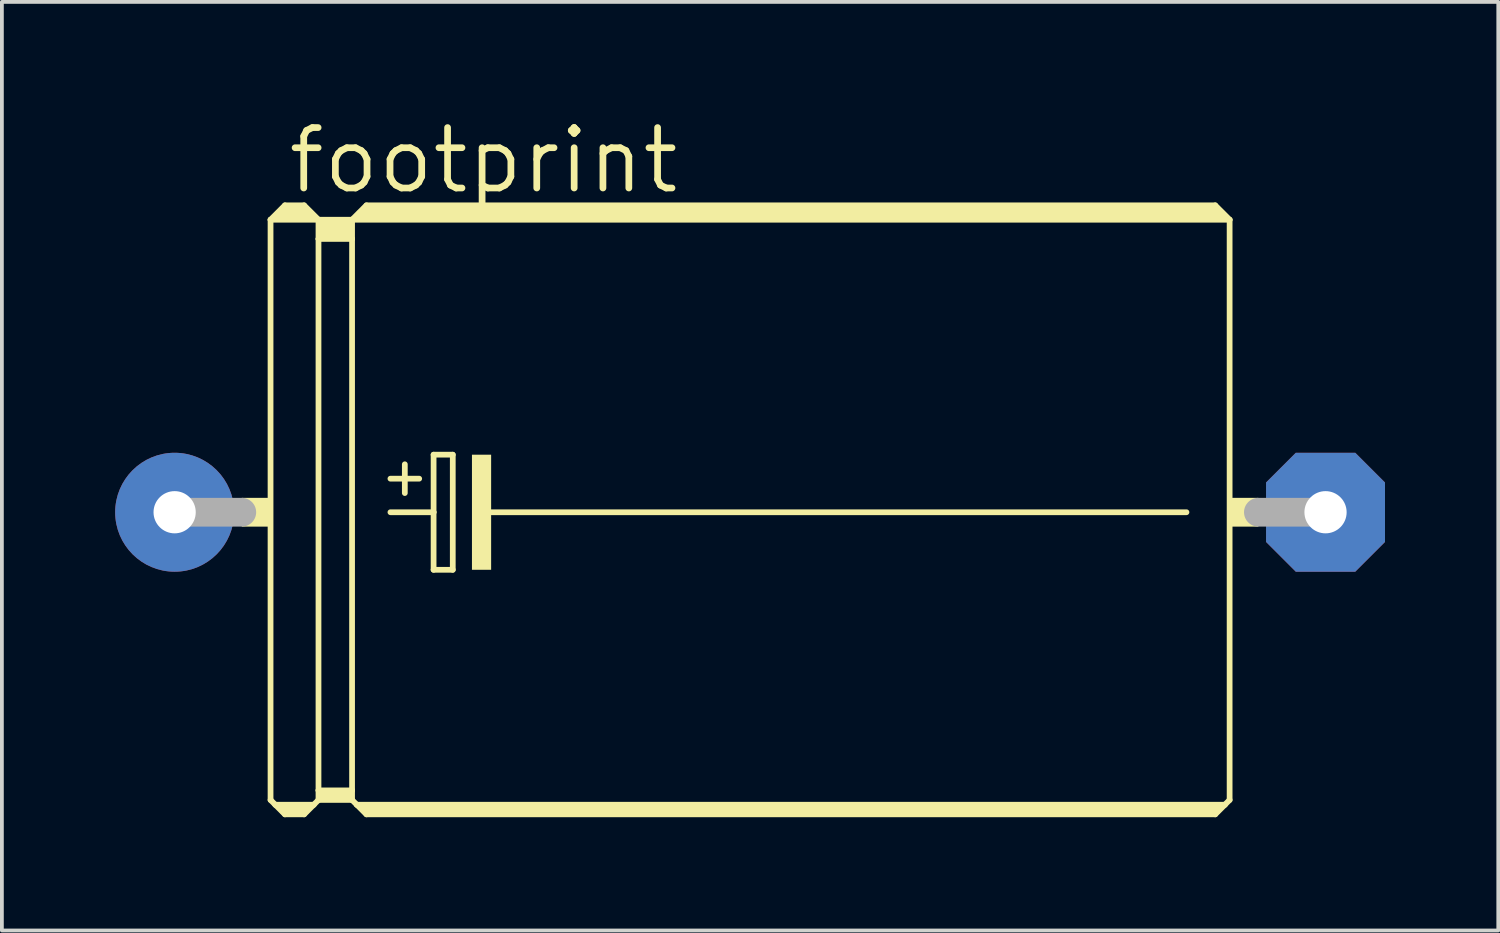
<source format=kicad_pcb>
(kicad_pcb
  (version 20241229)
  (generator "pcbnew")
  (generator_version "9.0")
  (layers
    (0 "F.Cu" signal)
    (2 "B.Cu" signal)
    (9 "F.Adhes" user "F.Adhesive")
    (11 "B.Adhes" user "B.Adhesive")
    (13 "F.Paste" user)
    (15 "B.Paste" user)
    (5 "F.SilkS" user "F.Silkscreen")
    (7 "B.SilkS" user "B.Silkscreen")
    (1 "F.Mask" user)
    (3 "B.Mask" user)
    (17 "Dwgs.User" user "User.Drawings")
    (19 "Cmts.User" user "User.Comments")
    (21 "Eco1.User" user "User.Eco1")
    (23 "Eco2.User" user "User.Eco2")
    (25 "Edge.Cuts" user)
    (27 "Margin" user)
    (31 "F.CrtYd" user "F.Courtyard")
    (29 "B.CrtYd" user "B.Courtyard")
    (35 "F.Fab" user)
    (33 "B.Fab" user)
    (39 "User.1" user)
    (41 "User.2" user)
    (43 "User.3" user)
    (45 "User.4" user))
  (footprint "footprint"
    (layer "F.Cu")
    (at 16.815 10.516)
    (property "Reference" "footprint" (at -12.319 -8.382 0) (layer "F.SilkS") (effects (font (size 1.6 1.6) (thickness 0.178)) (justify left bottom)))
    (fp_line (start -12.7 -7.747) (end -12.7 7.62) (stroke (width 0.152) (type solid)) (layer "F.SilkS"))
    (fp_line (start -12.7 -7.747) (end -12.319 -8.128) (stroke (width 0.152) (type solid)) (layer "F.SilkS"))
    (fp_line (start -12.7 -7.747) (end -11.43 -7.747) (stroke (width 0.152) (type solid)) (layer "F.SilkS"))
    (fp_line (start -12.7 7.62) (end -12.573 7.747) (stroke (width 0.152) (type solid)) (layer "F.SilkS"))
    (fp_line (start -12.573 7.747) (end -12.319 8.001) (stroke (width 0.152) (type solid)) (layer "F.SilkS"))
    (fp_line (start -12.573 7.747) (end -11.557 7.747) (stroke (width 0.152) (type solid)) (layer "F.SilkS"))
    (fp_line (start -12.446 -7.874) (end -11.684 -7.874) (stroke (width 0.305) (type solid)) (layer "F.SilkS"))
    (fp_line (start -12.319 -8.128) (end -11.811 -8.128) (stroke (width 0.152) (type solid)) (layer "F.SilkS"))
    (fp_line (start -12.319 -8.001) (end -11.811 -8.001) (stroke (width 0.305) (type solid)) (layer "F.SilkS"))
    (fp_line (start -12.319 7.874) (end -11.811 7.874) (stroke (width 0.305) (type solid)) (layer "F.SilkS"))
    (fp_line (start -12.319 8.001) (end -11.811 8.001) (stroke (width 0.152) (type solid)) (layer "F.SilkS"))
    (fp_line (start -11.557 7.747) (end -11.811 8.001) (stroke (width 0.152) (type solid)) (layer "F.SilkS"))
    (fp_line (start -11.43 -7.747) (end -11.811 -8.128) (stroke (width 0.152) (type solid)) (layer "F.SilkS"))
    (fp_line (start -11.43 -7.747) (end -11.43 -7.239) (stroke (width 0.152) (type solid)) (layer "F.SilkS"))
    (fp_line (start -11.43 -7.747) (end -10.541 -7.747) (stroke (width 0.152) (type solid)) (layer "F.SilkS"))
    (fp_line (start -11.43 -7.239) (end -11.43 7.366) (stroke (width 0.152) (type solid)) (layer "F.SilkS"))
    (fp_line (start -11.43 -7.239) (end -10.541 -7.239) (stroke (width 0.152) (type solid)) (layer "F.SilkS"))
    (fp_line (start -11.43 7.366) (end -11.43 7.62) (stroke (width 0.152) (type solid)) (layer "F.SilkS"))
    (fp_line (start -11.43 7.366) (end -10.541 7.366) (stroke (width 0.152) (type solid)) (layer "F.SilkS"))
    (fp_line (start -11.43 7.62) (end -11.557 7.747) (stroke (width 0.152) (type solid)) (layer "F.SilkS"))
    (fp_line (start -11.43 7.62) (end -10.541 7.62) (stroke (width 0.152) (type solid)) (layer "F.SilkS"))
    (fp_line (start -11.303 -7.62) (end -10.668 -7.62) (stroke (width 0.305) (type solid)) (layer "F.SilkS"))
    (fp_line (start -11.303 -7.366) (end -10.668 -7.366) (stroke (width 0.305) (type solid)) (layer "F.SilkS"))
    (fp_line (start -11.303 7.493) (end -10.668 7.493) (stroke (width 0.305) (type solid)) (layer "F.SilkS"))
    (fp_line (start -10.541 -7.747) (end -10.541 -7.239) (stroke (width 0.152) (type solid)) (layer "F.SilkS"))
    (fp_line (start -10.541 -7.747) (end -10.16 -8.128) (stroke (width 0.152) (type solid)) (layer "F.SilkS"))
    (fp_line (start -10.541 -7.747) (end 12.7 -7.747) (stroke (width 0.152) (type solid)) (layer "F.SilkS"))
    (fp_line (start -10.541 -7.239) (end -10.541 7.366) (stroke (width 0.152) (type solid)) (layer "F.SilkS"))
    (fp_line (start -10.541 7.366) (end -10.541 7.62) (stroke (width 0.152) (type solid)) (layer "F.SilkS"))
    (fp_line (start -10.414 7.747) (end -10.541 7.62) (stroke (width 0.152) (type solid)) (layer "F.SilkS"))
    (fp_line (start -10.414 7.747) (end 12.573 7.747) (stroke (width 0.152) (type solid)) (layer "F.SilkS"))
    (fp_line (start -10.287 -7.874) (end 12.446 -7.874) (stroke (width 0.305) (type solid)) (layer "F.SilkS"))
    (fp_line (start -10.16 -8.001) (end 12.319 -8.001) (stroke (width 0.305) (type solid)) (layer "F.SilkS"))
    (fp_line (start -10.16 7.874) (end 12.319 7.874) (stroke (width 0.305) (type solid)) (layer "F.SilkS"))
    (fp_line (start -10.16 8.001) (end -10.414 7.747) (stroke (width 0.152) (type solid)) (layer "F.SilkS"))
    (fp_line (start -9.525 -0.889) (end -8.763 -0.889) (stroke (width 0.152) (type solid)) (layer "F.SilkS"))
    (fp_line (start -9.525 0) (end -8.382 0) (stroke (width 0.152) (type solid)) (layer "F.SilkS"))
    (fp_line (start -9.144 -1.27) (end -9.144 -0.508) (stroke (width 0.152) (type solid)) (layer "F.SilkS"))
    (fp_line (start -8.382 -1.524) (end -8.382 0) (stroke (width 0.152) (type solid)) (layer "F.SilkS"))
    (fp_line (start -8.382 0) (end -8.382 1.524) (stroke (width 0.152) (type solid)) (layer "F.SilkS"))
    (fp_line (start -8.382 1.524) (end -7.874 1.524) (stroke (width 0.152) (type solid)) (layer "F.SilkS"))
    (fp_line (start -7.874 -1.524) (end -8.382 -1.524) (stroke (width 0.152) (type solid)) (layer "F.SilkS"))
    (fp_line (start -7.874 1.524) (end -7.874 -1.524) (stroke (width 0.152) (type solid)) (layer "F.SilkS"))
    (fp_line (start -6.985 0) (end 11.557 0) (stroke (width 0.152) (type solid)) (layer "F.SilkS"))
    (fp_line (start 12.319 -8.128) (end -10.16 -8.128) (stroke (width 0.152) (type solid)) (layer "F.SilkS"))
    (fp_line (start 12.319 8.001) (end -10.16 8.001) (stroke (width 0.152) (type solid)) (layer "F.SilkS"))
    (fp_line (start 12.573 7.747) (end 12.319 8.001) (stroke (width 0.152) (type solid)) (layer "F.SilkS"))
    (fp_line (start 12.7 -7.747) (end 12.319 -8.128) (stroke (width 0.152) (type solid)) (layer "F.SilkS"))
    (fp_line (start 12.7 -7.747) (end 12.7 7.62) (stroke (width 0.152) (type solid)) (layer "F.SilkS"))
    (fp_line (start 12.7 7.62) (end 12.573 7.747) (stroke (width 0.152) (type solid)) (layer "F.SilkS"))
    (fp_poly (pts (xy -13.462 0.381) (xy -12.7 0.381) (xy -12.7 -0.381) (xy -13.462 -0.381)) (stroke (width 0) (type solid)) (fill yes) (layer "F.SilkS"))
    (fp_poly (pts (xy -7.366 1.524) (xy -6.858 1.524) (xy -6.858 -1.524) (xy -7.366 -1.524)) (stroke (width 0) (type solid)) (fill yes) (layer "F.SilkS"))
    (fp_poly (pts (xy 12.7 0.381) (xy 13.462 0.381) (xy 13.462 -0.381) (xy 12.7 -0.381)) (stroke (width 0) (type solid)) (fill yes) (layer "F.SilkS"))
    (fp_line (start -15.24 0) (end -13.462 0) (stroke (width 0.762) (type solid)) (layer "F.Fab"))
    (fp_line (start 15.24 0) (end 13.462 0) (stroke (width 0.762) (type solid)) (layer "F.Fab"))
    (pad "+" thru_hole circle (at -15.24 0) (size 3.15 3.15) (drill 1.118) (layers "*.Cu" "*.Mask"))
    (pad "-" thru_hole roundrect (at 15.24 0) (size 3.15 3.15) (drill 1.118) (layers "*.Cu" "*.Mask") (roundrect_rratio 0.25) (chamfer_ratio 0.25) (chamfer top_left top_right bottom_left bottom_right)))
  (gr_rect
    (start -3 -3)
    (end 36.63 21.593)
    (stroke (width 0.1) (type default))
    (fill no)
    (layer "Edge.Cuts")))
</source>
